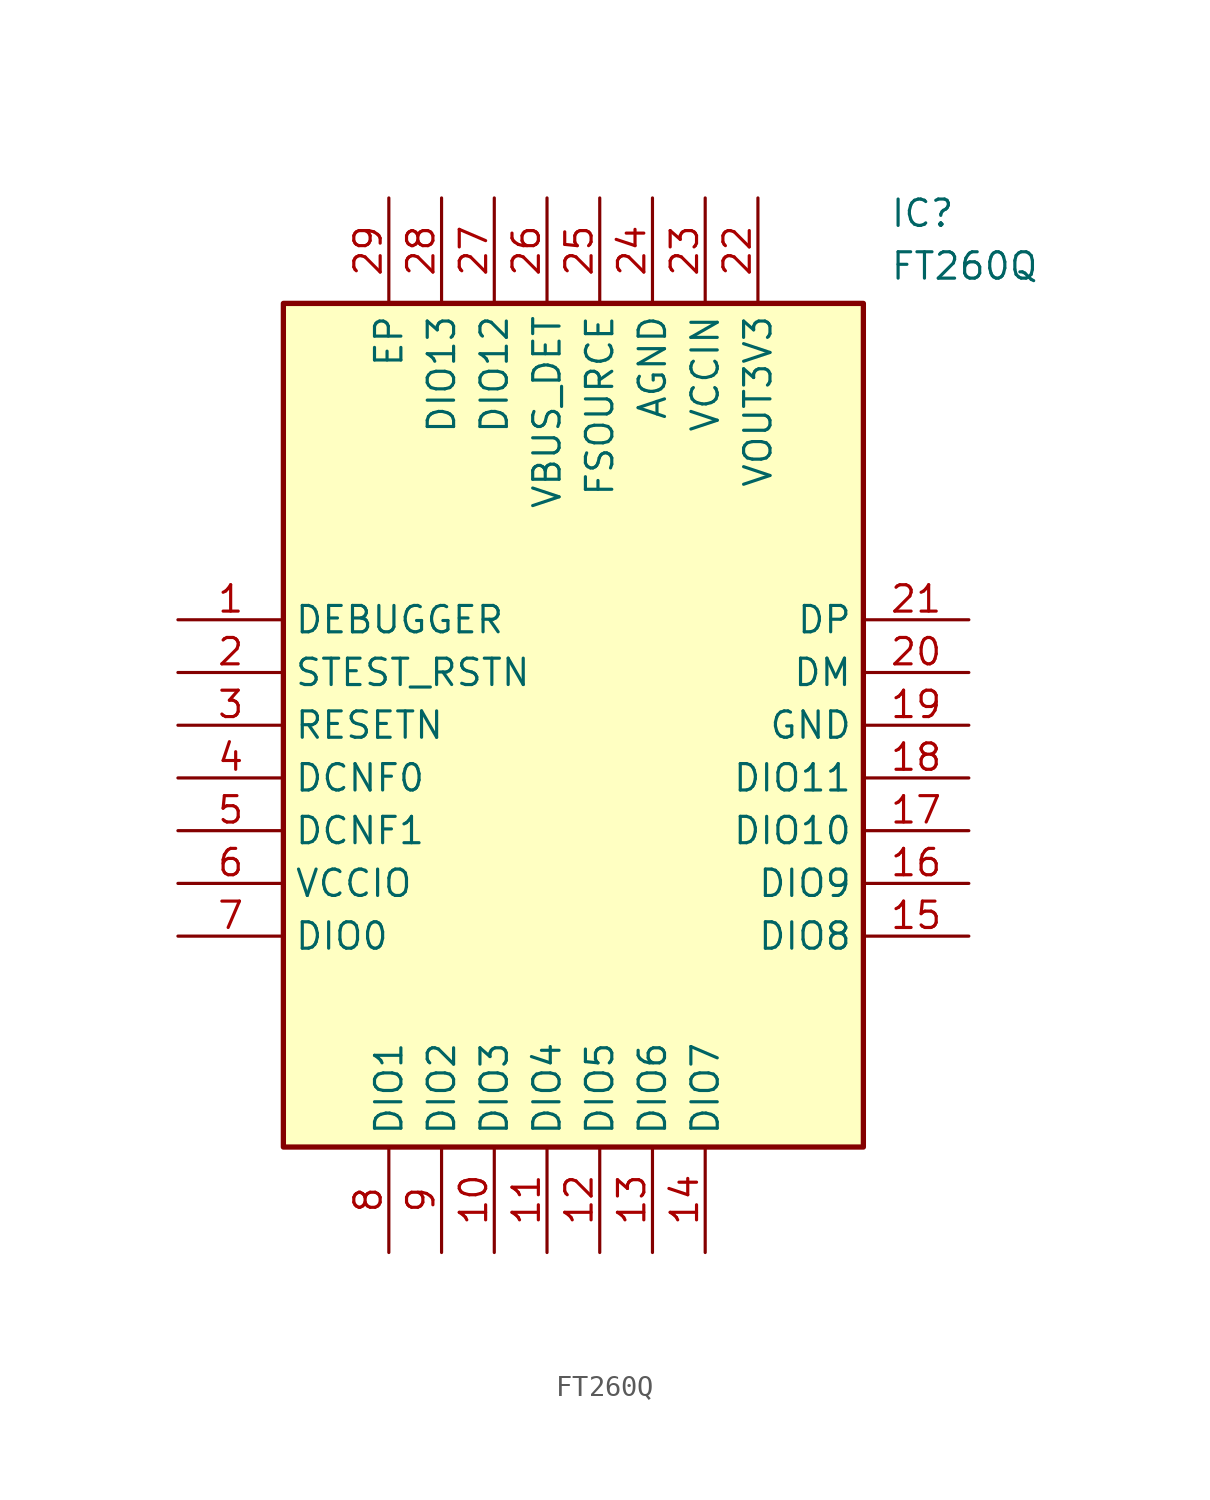
<source format=kicad_sym>
(kicad_symbol_lib
  (version 20211014)
  (generator SamacSys_ECAD_Model)
  (symbol "FT260Q"
    (property "Reference" "IC"
      (at 34.29 20.32 0)
      (effects (font (size 1.27 1.27)) (justify left top)))
    (property "Value" "FT260Q"
      (at 34.29 17.78 0)
      (effects (font (size 1.27 1.27)) (justify left top)))
    (rectangle
      (start 5.08 15.24)
      (end 33.02 -25.4)
      (stroke (width 0.254) (type default))
      (fill (type background)))
    (pin passive line
      (at 0 0 0)
      (length 5.08)
      (name "DEBUGGER" (effects (font (size 1.27 1.27))))
      (number "1" (effects (font (size 1.27 1.27)))))
    (pin passive line
      (at 0 -2.54 0)
      (length 5.08)
      (name "STEST_RSTN" (effects (font (size 1.27 1.27))))
      (number "2" (effects (font (size 1.27 1.27)))))
    (pin passive line
      (at 0 -5.08 0)
      (length 5.08)
      (name "RESETN" (effects (font (size 1.27 1.27))))
      (number "3" (effects (font (size 1.27 1.27)))))
    (pin passive line
      (at 0 -7.62 0)
      (length 5.08)
      (name "DCNF0" (effects (font (size 1.27 1.27))))
      (number "4" (effects (font (size 1.27 1.27)))))
    (pin passive line
      (at 0 -10.16 0)
      (length 5.08)
      (name "DCNF1" (effects (font (size 1.27 1.27))))
      (number "5" (effects (font (size 1.27 1.27)))))
    (pin passive line
      (at 0 -12.7 0)
      (length 5.08)
      (name "VCCIO" (effects (font (size 1.27 1.27))))
      (number "6" (effects (font (size 1.27 1.27)))))
    (pin passive line
      (at 0 -15.24 0)
      (length 5.08)
      (name "DIO0" (effects (font (size 1.27 1.27))))
      (number "7" (effects (font (size 1.27 1.27)))))
    (pin passive line
      (at 10.16 -30.48 90)
      (length 5.08)
      (name "DIO1" (effects (font (size 1.27 1.27))))
      (number "8" (effects (font (size 1.27 1.27)))))
    (pin passive line
      (at 12.7 -30.48 90)
      (length 5.08)
      (name "DIO2" (effects (font (size 1.27 1.27))))
      (number "9" (effects (font (size 1.27 1.27)))))
    (pin passive line
      (at 15.24 -30.48 90)
      (length 5.08)
      (name "DIO3" (effects (font (size 1.27 1.27))))
      (number "10" (effects (font (size 1.27 1.27)))))
    (pin passive line
      (at 17.78 -30.48 90)
      (length 5.08)
      (name "DIO4" (effects (font (size 1.27 1.27))))
      (number "11" (effects (font (size 1.27 1.27)))))
    (pin passive line
      (at 20.32 -30.48 90)
      (length 5.08)
      (name "DIO5" (effects (font (size 1.27 1.27))))
      (number "12" (effects (font (size 1.27 1.27)))))
    (pin passive line
      (at 22.86 -30.48 90)
      (length 5.08)
      (name "DIO6" (effects (font (size 1.27 1.27))))
      (number "13" (effects (font (size 1.27 1.27)))))
    (pin passive line
      (at 25.4 -30.48 90)
      (length 5.08)
      (name "DIO7" (effects (font (size 1.27 1.27))))
      (number "14" (effects (font (size 1.27 1.27)))))
    (pin passive line
      (at 38.1 0 180)
      (length 5.08)
      (name "DP" (effects (font (size 1.27 1.27))))
      (number "21" (effects (font (size 1.27 1.27)))))
    (pin passive line
      (at 38.1 -2.54 180)
      (length 5.08)
      (name "DM" (effects (font (size 1.27 1.27))))
      (number "20" (effects (font (size 1.27 1.27)))))
    (pin passive line
      (at 38.1 -5.08 180)
      (length 5.08)
      (name "GND" (effects (font (size 1.27 1.27))))
      (number "19" (effects (font (size 1.27 1.27)))))
    (pin passive line
      (at 38.1 -7.62 180)
      (length 5.08)
      (name "DIO11" (effects (font (size 1.27 1.27))))
      (number "18" (effects (font (size 1.27 1.27)))))
    (pin passive line
      (at 38.1 -10.16 180)
      (length 5.08)
      (name "DIO10" (effects (font (size 1.27 1.27))))
      (number "17" (effects (font (size 1.27 1.27)))))
    (pin passive line
      (at 38.1 -12.7 180)
      (length 5.08)
      (name "DIO9" (effects (font (size 1.27 1.27))))
      (number "16" (effects (font (size 1.27 1.27)))))
    (pin passive line
      (at 38.1 -15.24 180)
      (length 5.08)
      (name "DIO8" (effects (font (size 1.27 1.27))))
      (number "15" (effects (font (size 1.27 1.27)))))
    (pin passive line
      (at 10.16 20.32 270)
      (length 5.08)
      (name "EP" (effects (font (size 1.27 1.27))))
      (number "29" (effects (font (size 1.27 1.27)))))
    (pin passive line
      (at 12.7 20.32 270)
      (length 5.08)
      (name "DIO13" (effects (font (size 1.27 1.27))))
      (number "28" (effects (font (size 1.27 1.27)))))
    (pin passive line
      (at 15.24 20.32 270)
      (length 5.08)
      (name "DIO12" (effects (font (size 1.27 1.27))))
      (number "27" (effects (font (size 1.27 1.27)))))
    (pin passive line
      (at 17.78 20.32 270)
      (length 5.08)
      (name "VBUS_DET" (effects (font (size 1.27 1.27))))
      (number "26" (effects (font (size 1.27 1.27)))))
    (pin passive line
      (at 20.32 20.32 270)
      (length 5.08)
      (name "FSOURCE" (effects (font (size 1.27 1.27))))
      (number "25" (effects (font (size 1.27 1.27)))))
    (pin passive line
      (at 22.86 20.32 270)
      (length 5.08)
      (name "AGND" (effects (font (size 1.27 1.27))))
      (number "24" (effects (font (size 1.27 1.27)))))
    (pin passive line
      (at 25.4 20.32 270)
      (length 5.08)
      (name "VCCIN" (effects (font (size 1.27 1.27))))
      (number "23" (effects (font (size 1.27 1.27)))))
    (pin passive line
      (at 27.94 20.32 270)
      (length 5.08)
      (name "VOUT3V3" (effects (font (size 1.27 1.27))))
      (number "22" (effects (font (size 1.27 1.27)))))))
</source>
